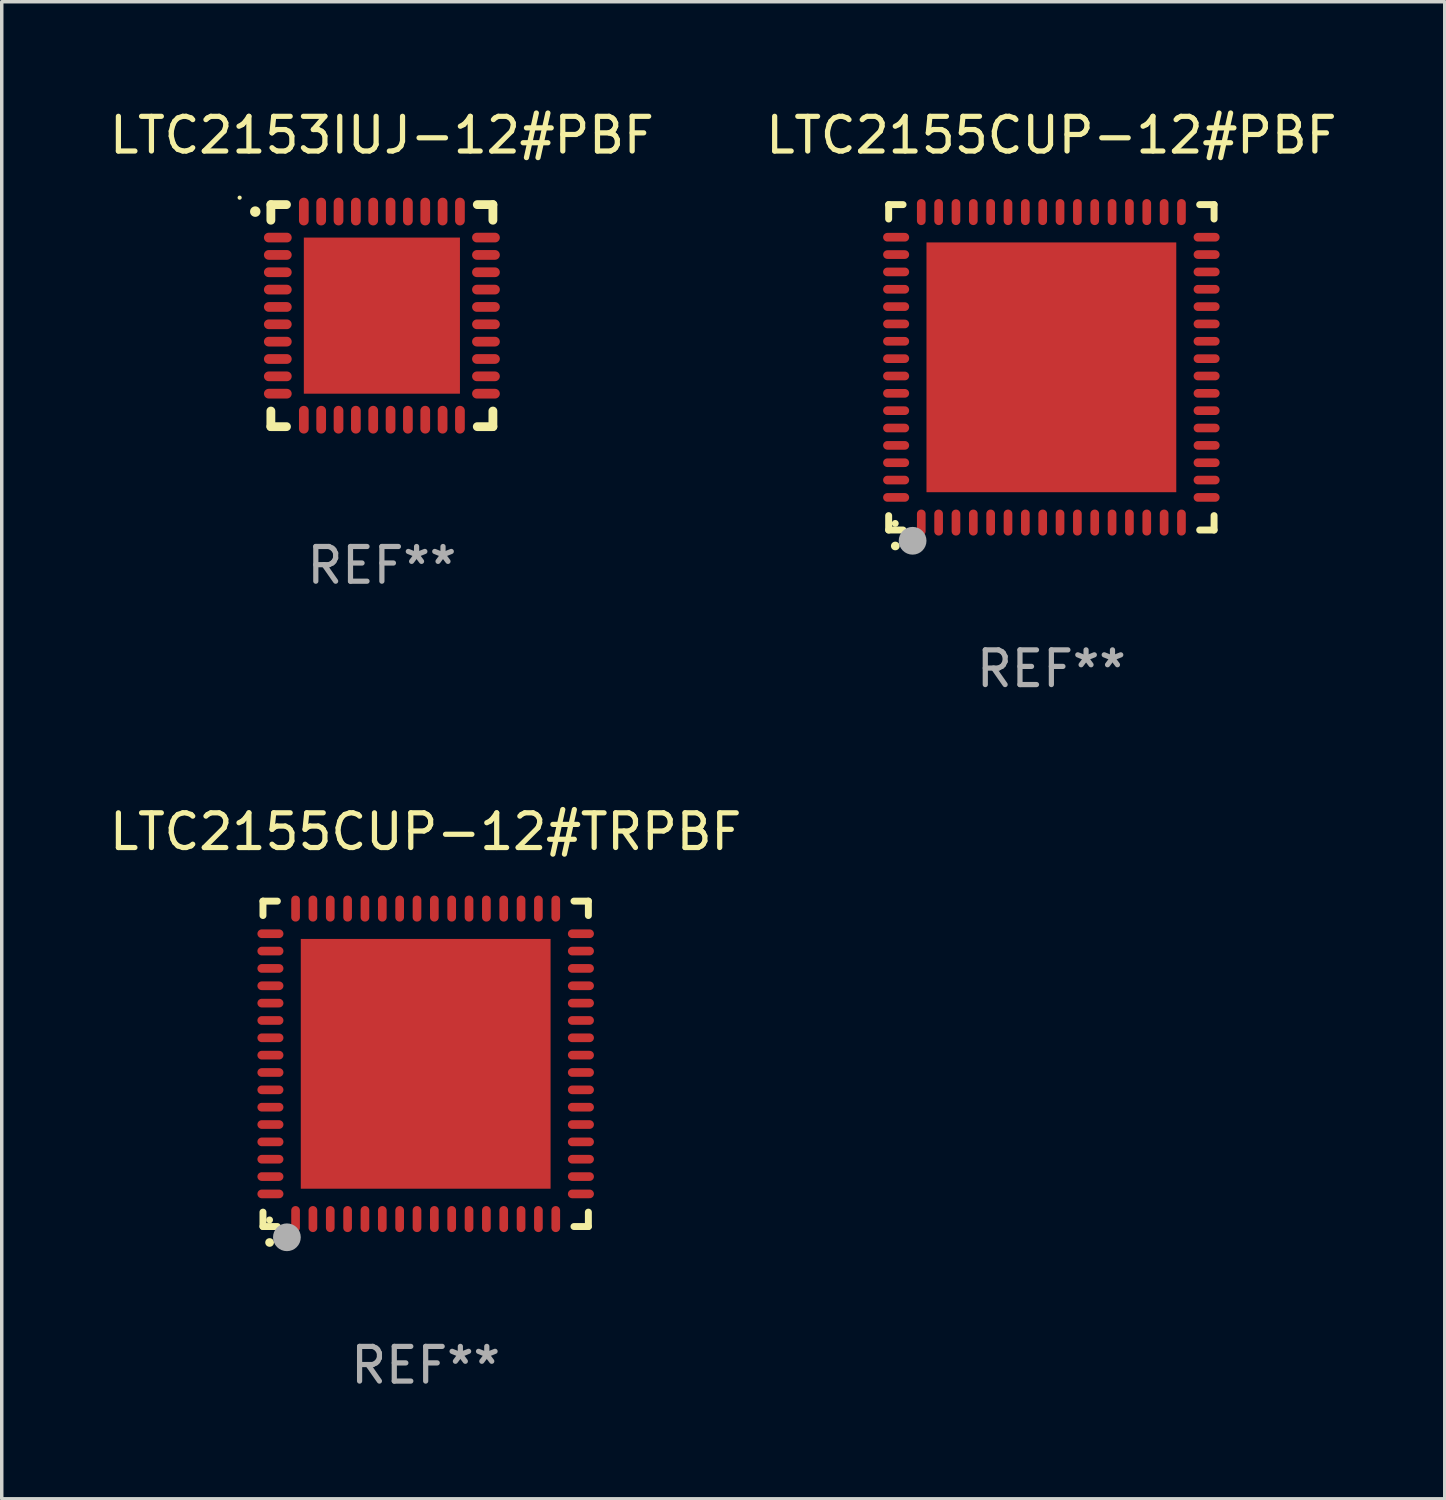
<source format=kicad_pcb>
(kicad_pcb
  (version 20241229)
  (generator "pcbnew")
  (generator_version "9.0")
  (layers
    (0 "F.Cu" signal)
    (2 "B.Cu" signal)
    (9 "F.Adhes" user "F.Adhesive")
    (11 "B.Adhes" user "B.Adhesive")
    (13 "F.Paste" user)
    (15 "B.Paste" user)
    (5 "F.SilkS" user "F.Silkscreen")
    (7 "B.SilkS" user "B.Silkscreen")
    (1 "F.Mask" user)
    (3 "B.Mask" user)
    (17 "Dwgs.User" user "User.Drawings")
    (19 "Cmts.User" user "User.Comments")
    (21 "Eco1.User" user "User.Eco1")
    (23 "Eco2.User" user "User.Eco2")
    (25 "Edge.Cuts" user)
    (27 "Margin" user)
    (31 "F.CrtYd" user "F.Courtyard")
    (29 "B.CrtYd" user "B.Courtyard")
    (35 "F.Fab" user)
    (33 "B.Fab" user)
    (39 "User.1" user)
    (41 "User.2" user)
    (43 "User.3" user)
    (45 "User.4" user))
  (footprint "LTC2155CUP-12#PBF"
    (layer "F.Cu")
    (at 27.256 7.538)
    (property "Reference" "LTC2155CUP-12#PBF" (at 0 -6.69 0) (layer "F.SilkS") (effects (font (size 1 1) (thickness 0.15))))
    (attr through_hole)
    (fp_line (start -4.69 -4.69) (end -4.275 -4.69) (stroke (width 0.2) (type solid)) (layer "F.SilkS"))
    (fp_line (start -4.69 -4.275) (end -4.69 -4.69) (stroke (width 0.2) (type solid)) (layer "F.SilkS"))
    (fp_line (start -4.69 4.69) (end -4.69 4.275) (stroke (width 0.2) (type solid)) (layer "F.SilkS"))
    (fp_line (start -4.275 4.69) (end -4.69 4.69) (stroke (width 0.2) (type solid)) (layer "F.SilkS"))
    (fp_line (start 4.275 4.69) (end 4.69 4.69) (stroke (width 0.2) (type solid)) (layer "F.SilkS"))
    (fp_line (start 4.69 -4.69) (end 4.275 -4.69) (stroke (width 0.2) (type solid)) (layer "F.SilkS"))
    (fp_line (start 4.69 -4.275) (end 4.69 -4.69) (stroke (width 0.2) (type solid)) (layer "F.SilkS"))
    (fp_line (start 4.69 4.69) (end 4.69 4.275) (stroke (width 0.2) (type solid)) (layer "F.SilkS"))
    (fp_arc (start -4.499886 5.15) (mid -4.498616 5.149994) (end -4.497346 5.15) (stroke (width 0.24892) (type solid)) (layer "F.SilkS"))
    (fp_circle (center -4.5 4.5) (end -4.45 4.5) (stroke (width 0.1) (type solid)) (fill no) (layer "F.SilkS"))
    (fp_circle (center -4 5) (end -3.8 5) (stroke (width 0.4) (type solid)) (fill no) (layer "F.Fab"))
    (fp_text user "REF**" (at 0 8.69 0) (layer "F.Fab") (effects (font (size 1 1) (thickness 0.15))))
    (pad "1" smd oval (at -3.75 4.475) (size 0.25 0.75) (layers "F.Cu" "F.Mask" "F.Paste"))
    (pad "2" smd oval (at -3.25 4.475) (size 0.25 0.75) (layers "F.Cu" "F.Mask" "F.Paste"))
    (pad "3" smd oval (at -2.75 4.475) (size 0.25 0.75) (layers "F.Cu" "F.Mask" "F.Paste"))
    (pad "4" smd oval (at -2.25 4.475) (size 0.25 0.75) (layers "F.Cu" "F.Mask" "F.Paste"))
    (pad "5" smd oval (at -1.75 4.475) (size 0.25 0.75) (layers "F.Cu" "F.Mask" "F.Paste"))
    (pad "6" smd oval (at -1.25 4.475) (size 0.25 0.75) (layers "F.Cu" "F.Mask" "F.Paste"))
    (pad "7" smd oval (at -0.75 4.475) (size 0.25 0.75) (layers "F.Cu" "F.Mask" "F.Paste"))
    (pad "8" smd oval (at -0.25 4.475) (size 0.25 0.75) (layers "F.Cu" "F.Mask" "F.Paste"))
    (pad "9" smd oval (at 0.25 4.475) (size 0.25 0.75) (layers "F.Cu" "F.Mask" "F.Paste"))
    (pad "10" smd oval (at 0.75 4.475) (size 0.25 0.75) (layers "F.Cu" "F.Mask" "F.Paste"))
    (pad "11" smd oval (at 1.25 4.475) (size 0.25 0.75) (layers "F.Cu" "F.Mask" "F.Paste"))
    (pad "12" smd oval (at 1.75 4.475) (size 0.25 0.75) (layers "F.Cu" "F.Mask" "F.Paste"))
    (pad "13" smd oval (at 2.25 4.475) (size 0.25 0.75) (layers "F.Cu" "F.Mask" "F.Paste"))
    (pad "14" smd oval (at 2.75 4.475) (size 0.25 0.75) (layers "F.Cu" "F.Mask" "F.Paste"))
    (pad "15" smd oval (at 3.25 4.475) (size 0.25 0.75) (layers "F.Cu" "F.Mask" "F.Paste"))
    (pad "16" smd oval (at 3.75 4.475) (size 0.25 0.75) (layers "F.Cu" "F.Mask" "F.Paste"))
    (pad "17" smd oval (at 4.475 3.75) (size 0.75 0.25) (layers "F.Cu" "F.Mask" "F.Paste"))
    (pad "18" smd oval (at 4.475 3.25) (size 0.75 0.25) (layers "F.Cu" "F.Mask" "F.Paste"))
    (pad "19" smd oval (at 4.475 2.75) (size 0.75 0.25) (layers "F.Cu" "F.Mask" "F.Paste"))
    (pad "20" smd oval (at 4.475 2.25) (size 0.75 0.25) (layers "F.Cu" "F.Mask" "F.Paste"))
    (pad "21" smd oval (at 4.475 1.75) (size 0.75 0.25) (layers "F.Cu" "F.Mask" "F.Paste"))
    (pad "22" smd oval (at 4.475 1.25) (size 0.75 0.25) (layers "F.Cu" "F.Mask" "F.Paste"))
    (pad "23" smd oval (at 4.475 0.75) (size 0.75 0.25) (layers "F.Cu" "F.Mask" "F.Paste"))
    (pad "24" smd oval (at 4.475 0.25) (size 0.75 0.25) (layers "F.Cu" "F.Mask" "F.Paste"))
    (pad "25" smd oval (at 4.475 -0.25) (size 0.75 0.25) (layers "F.Cu" "F.Mask" "F.Paste"))
    (pad "26" smd oval (at 4.475 -0.75) (size 0.75 0.25) (layers "F.Cu" "F.Mask" "F.Paste"))
    (pad "27" smd oval (at 4.475 -1.25) (size 0.75 0.25) (layers "F.Cu" "F.Mask" "F.Paste"))
    (pad "28" smd oval (at 4.475 -1.75) (size 0.75 0.25) (layers "F.Cu" "F.Mask" "F.Paste"))
    (pad "29" smd oval (at 4.475 -2.25) (size 0.75 0.25) (layers "F.Cu" "F.Mask" "F.Paste"))
    (pad "30" smd oval (at 4.475 -2.75) (size 0.75 0.25) (layers "F.Cu" "F.Mask" "F.Paste"))
    (pad "31" smd oval (at 4.475 -3.25) (size 0.75 0.25) (layers "F.Cu" "F.Mask" "F.Paste"))
    (pad "32" smd oval (at 4.475 -3.75) (size 0.75 0.25) (layers "F.Cu" "F.Mask" "F.Paste"))
    (pad "33" smd oval (at 3.75 -4.475) (size 0.25 0.75) (layers "F.Cu" "F.Mask" "F.Paste"))
    (pad "34" smd oval (at 3.25 -4.475) (size 0.25 0.75) (layers "F.Cu" "F.Mask" "F.Paste"))
    (pad "35" smd oval (at 2.75 -4.475) (size 0.25 0.75) (layers "F.Cu" "F.Mask" "F.Paste"))
    (pad "36" smd oval (at 2.25 -4.475) (size 0.25 0.75) (layers "F.Cu" "F.Mask" "F.Paste"))
    (pad "37" smd oval (at 1.75 -4.475) (size 0.25 0.75) (layers "F.Cu" "F.Mask" "F.Paste"))
    (pad "38" smd oval (at 1.25 -4.475) (size 0.25 0.75) (layers "F.Cu" "F.Mask" "F.Paste"))
    (pad "39" smd oval (at 0.75 -4.475) (size 0.25 0.75) (layers "F.Cu" "F.Mask" "F.Paste"))
    (pad "40" smd oval (at 0.25 -4.475) (size 0.25 0.75) (layers "F.Cu" "F.Mask" "F.Paste"))
    (pad "41" smd oval (at -0.25 -4.475) (size 0.25 0.75) (layers "F.Cu" "F.Mask" "F.Paste"))
    (pad "42" smd oval (at -0.75 -4.475) (size 0.25 0.75) (layers "F.Cu" "F.Mask" "F.Paste"))
    (pad "43" smd oval (at -1.25 -4.475) (size 0.25 0.75) (layers "F.Cu" "F.Mask" "F.Paste"))
    (pad "44" smd oval (at -1.75 -4.475) (size 0.25 0.75) (layers "F.Cu" "F.Mask" "F.Paste"))
    (pad "45" smd oval (at -2.25 -4.475) (size 0.25 0.75) (layers "F.Cu" "F.Mask" "F.Paste"))
    (pad "46" smd oval (at -2.75 -4.475) (size 0.25 0.75) (layers "F.Cu" "F.Mask" "F.Paste"))
    (pad "47" smd oval (at -3.25 -4.475) (size 0.25 0.75) (layers "F.Cu" "F.Mask" "F.Paste"))
    (pad "48" smd oval (at -3.75 -4.475) (size 0.25 0.75) (layers "F.Cu" "F.Mask" "F.Paste"))
    (pad "49" smd oval (at -4.475 -3.75) (size 0.75 0.25) (layers "F.Cu" "F.Mask" "F.Paste"))
    (pad "50" smd oval (at -4.475 -3.25) (size 0.75 0.25) (layers "F.Cu" "F.Mask" "F.Paste"))
    (pad "51" smd oval (at -4.475 -2.75) (size 0.75 0.25) (layers "F.Cu" "F.Mask" "F.Paste"))
    (pad "52" smd oval (at -4.475 -2.25) (size 0.75 0.25) (layers "F.Cu" "F.Mask" "F.Paste"))
    (pad "53" smd oval (at -4.475 -1.75) (size 0.75 0.25) (layers "F.Cu" "F.Mask" "F.Paste"))
    (pad "54" smd oval (at -4.475 -1.25) (size 0.75 0.25) (layers "F.Cu" "F.Mask" "F.Paste"))
    (pad "55" smd oval (at -4.475 -0.75) (size 0.75 0.25) (layers "F.Cu" "F.Mask" "F.Paste"))
    (pad "56" smd oval (at -4.475 -0.25) (size 0.75 0.25) (layers "F.Cu" "F.Mask" "F.Paste"))
    (pad "57" smd oval (at -4.475 0.25) (size 0.75 0.25) (layers "F.Cu" "F.Mask" "F.Paste"))
    (pad "58" smd oval (at -4.475 0.75) (size 0.75 0.25) (layers "F.Cu" "F.Mask" "F.Paste"))
    (pad "59" smd oval (at -4.475 1.25) (size 0.75 0.25) (layers "F.Cu" "F.Mask" "F.Paste"))
    (pad "60" smd oval (at -4.475 1.75) (size 0.75 0.25) (layers "F.Cu" "F.Mask" "F.Paste"))
    (pad "61" smd oval (at -4.475 2.25) (size 0.75 0.25) (layers "F.Cu" "F.Mask" "F.Paste"))
    (pad "62" smd oval (at -4.475 2.75) (size 0.75 0.25) (layers "F.Cu" "F.Mask" "F.Paste"))
    (pad "63" smd oval (at -4.475 3.25) (size 0.75 0.25) (layers "F.Cu" "F.Mask" "F.Paste"))
    (pad "64" smd oval (at -4.475 3.75) (size 0.75 0.25) (layers "F.Cu" "F.Mask" "F.Paste"))
    (pad "65" smd rect (at 0.000368 0.000013) (size 7.2 7.2) (layers "F.Cu" "F.Mask" "F.Paste")))
  (footprint "LTC2153IUJ-12#PBF"
    (layer "F.Cu")
    (at 7.958 6.048)
    (property "Reference" "LTC2153IUJ-12#PBF" (at 0 -5.2 0) (layer "F.SilkS") (effects (font (size 1 1) (thickness 0.15))))
    (attr through_hole)
    (fp_line (start -3.2 -3.2) (end -2.75 -3.2) (stroke (width 0.254) (type solid)) (layer "F.SilkS"))
    (fp_line (start -3.2 -2.75) (end -3.2 -3.2) (stroke (width 0.254) (type solid)) (layer "F.SilkS"))
    (fp_line (start -3.2 3.2) (end -3.2 2.75) (stroke (width 0.254) (type solid)) (layer "F.SilkS"))
    (fp_line (start -2.75 3.2) (end -3.2 3.2) (stroke (width 0.254) (type solid)) (layer "F.SilkS"))
    (fp_line (start 2.75 3.2) (end 3.2 3.2) (stroke (width 0.254) (type solid)) (layer "F.SilkS"))
    (fp_line (start 3.2 -3.2) (end 2.75 -3.2) (stroke (width 0.254) (type solid)) (layer "F.SilkS"))
    (fp_line (start 3.2 -2.75) (end 3.2 -3.2) (stroke (width 0.254) (type solid)) (layer "F.SilkS"))
    (fp_line (start 3.2 3.2) (end 3.2 2.75) (stroke (width 0.254) (type solid)) (layer "F.SilkS"))
    (fp_arc (start -3.649987 -2.997206) (mid -3.649992 -2.998476) (end -3.649987 -2.999746) (stroke (width 0.3) (type solid)) (layer "F.SilkS"))
    (fp_circle (center -4.1 -3.4) (end -4.07 -3.4) (stroke (width 0.06) (type solid)) (fill no) (layer "F.SilkS"))
    (fp_text user "REF**" (at 0 7.2 0) (layer "F.Fab") (effects (font (size 1 1) (thickness 0.15))))
    (pad "1" smd oval (at -3 -2.25 90) (size 0.28 0.8) (layers "F.Cu" "F.Mask" "F.Paste"))
    (pad "2" smd oval (at -3 -1.75 90) (size 0.28 0.8) (layers "F.Cu" "F.Mask" "F.Paste"))
    (pad "3" smd oval (at -3 -1.25 90) (size 0.28 0.8) (layers "F.Cu" "F.Mask" "F.Paste"))
    (pad "4" smd oval (at -3 -0.75 90) (size 0.28 0.8) (layers "F.Cu" "F.Mask" "F.Paste"))
    (pad "5" smd oval (at -3 -0.25 90) (size 0.28 0.8) (layers "F.Cu" "F.Mask" "F.Paste"))
    (pad "6" smd oval (at -3 0.25 90) (size 0.28 0.8) (layers "F.Cu" "F.Mask" "F.Paste"))
    (pad "7" smd oval (at -3 0.75 90) (size 0.28 0.8) (layers "F.Cu" "F.Mask" "F.Paste"))
    (pad "8" smd oval (at -3 1.25 90) (size 0.28 0.8) (layers "F.Cu" "F.Mask" "F.Paste"))
    (pad "9" smd oval (at -3 1.75 90) (size 0.28 0.8) (layers "F.Cu" "F.Mask" "F.Paste"))
    (pad "10" smd oval (at -3 2.25 90) (size 0.28 0.8) (layers "F.Cu" "F.Mask" "F.Paste"))
    (pad "11" smd oval (at -2.25 3) (size 0.28 0.8) (layers "F.Cu" "F.Mask" "F.Paste"))
    (pad "12" smd oval (at -1.75 3) (size 0.28 0.8) (layers "F.Cu" "F.Mask" "F.Paste"))
    (pad "13" smd oval (at -1.25 3) (size 0.28 0.8) (layers "F.Cu" "F.Mask" "F.Paste"))
    (pad "14" smd oval (at -0.75 3) (size 0.28 0.8) (layers "F.Cu" "F.Mask" "F.Paste"))
    (pad "15" smd oval (at -0.25 3) (size 0.28 0.8) (layers "F.Cu" "F.Mask" "F.Paste"))
    (pad "16" smd oval (at 0.25 3) (size 0.28 0.8) (layers "F.Cu" "F.Mask" "F.Paste"))
    (pad "17" smd oval (at 0.75 3) (size 0.28 0.8) (layers "F.Cu" "F.Mask" "F.Paste"))
    (pad "18" smd oval (at 1.25 3) (size 0.28 0.8) (layers "F.Cu" "F.Mask" "F.Paste"))
    (pad "19" smd oval (at 1.75 3) (size 0.28 0.8) (layers "F.Cu" "F.Mask" "F.Paste"))
    (pad "20" smd oval (at 2.25 3) (size 0.28 0.8) (layers "F.Cu" "F.Mask" "F.Paste"))
    (pad "21" smd oval (at 3 2.25 90) (size 0.28 0.8) (layers "F.Cu" "F.Mask" "F.Paste"))
    (pad "22" smd oval (at 3 1.75 90) (size 0.28 0.8) (layers "F.Cu" "F.Mask" "F.Paste"))
    (pad "23" smd oval (at 3 1.25 90) (size 0.28 0.8) (layers "F.Cu" "F.Mask" "F.Paste"))
    (pad "24" smd oval (at 3 0.75 90) (size 0.28 0.8) (layers "F.Cu" "F.Mask" "F.Paste"))
    (pad "25" smd oval (at 3 0.25 90) (size 0.28 0.8) (layers "F.Cu" "F.Mask" "F.Paste"))
    (pad "26" smd oval (at 3 -0.25 90) (size 0.28 0.8) (layers "F.Cu" "F.Mask" "F.Paste"))
    (pad "27" smd oval (at 3 -0.75 90) (size 0.28 0.8) (layers "F.Cu" "F.Mask" "F.Paste"))
    (pad "28" smd oval (at 3 -1.25 90) (size 0.28 0.8) (layers "F.Cu" "F.Mask" "F.Paste"))
    (pad "29" smd oval (at 3 -1.75 90) (size 0.28 0.8) (layers "F.Cu" "F.Mask" "F.Paste"))
    (pad "30" smd oval (at 3 -2.25 90) (size 0.28 0.8) (layers "F.Cu" "F.Mask" "F.Paste"))
    (pad "31" smd oval (at 2.25 -3) (size 0.28 0.8) (layers "F.Cu" "F.Mask" "F.Paste"))
    (pad "32" smd oval (at 1.75 -3) (size 0.28 0.8) (layers "F.Cu" "F.Mask" "F.Paste"))
    (pad "33" smd oval (at 1.25 -3) (size 0.28 0.8) (layers "F.Cu" "F.Mask" "F.Paste"))
    (pad "34" smd oval (at 0.75 -3) (size 0.28 0.8) (layers "F.Cu" "F.Mask" "F.Paste"))
    (pad "35" smd oval (at 0.25 -3) (size 0.28 0.8) (layers "F.Cu" "F.Mask" "F.Paste"))
    (pad "36" smd oval (at -0.25 -3) (size 0.28 0.8) (layers "F.Cu" "F.Mask" "F.Paste"))
    (pad "37" smd oval (at -0.75 -3) (size 0.28 0.8) (layers "F.Cu" "F.Mask" "F.Paste"))
    (pad "38" smd oval (at -1.25 -3) (size 0.28 0.8) (layers "F.Cu" "F.Mask" "F.Paste"))
    (pad "39" smd oval (at -1.75 -3) (size 0.28 0.8) (layers "F.Cu" "F.Mask" "F.Paste"))
    (pad "40" smd oval (at -2.25 -3) (size 0.28 0.8) (layers "F.Cu" "F.Mask" "F.Paste"))
    (pad "41" smd rect (at 0 0) (size 4.5 4.5) (layers "F.Cu" "F.Mask" "F.Paste")))
  (footprint "LTC2155CUP-12#TRPBF"
    (layer "F.Cu")
    (at 9.22 27.615)
    (property "Reference" "LTC2155CUP-12#TRPBF" (at 0 -6.69 0) (layer "F.SilkS") (effects (font (size 1 1) (thickness 0.15))))
    (attr through_hole)
    (fp_line (start -4.69 -4.69) (end -4.275 -4.69) (stroke (width 0.2) (type solid)) (layer "F.SilkS"))
    (fp_line (start -4.69 -4.275) (end -4.69 -4.69) (stroke (width 0.2) (type solid)) (layer "F.SilkS"))
    (fp_line (start -4.69 4.69) (end -4.69 4.275) (stroke (width 0.2) (type solid)) (layer "F.SilkS"))
    (fp_line (start -4.275 4.69) (end -4.69 4.69) (stroke (width 0.2) (type solid)) (layer "F.SilkS"))
    (fp_line (start 4.275 4.69) (end 4.69 4.69) (stroke (width 0.2) (type solid)) (layer "F.SilkS"))
    (fp_line (start 4.69 -4.69) (end 4.275 -4.69) (stroke (width 0.2) (type solid)) (layer "F.SilkS"))
    (fp_line (start 4.69 -4.275) (end 4.69 -4.69) (stroke (width 0.2) (type solid)) (layer "F.SilkS"))
    (fp_line (start 4.69 4.69) (end 4.69 4.275) (stroke (width 0.2) (type solid)) (layer "F.SilkS"))
    (fp_arc (start -4.499886 5.15) (mid -4.498616 5.149994) (end -4.497346 5.15) (stroke (width 0.24892) (type solid)) (layer "F.SilkS"))
    (fp_circle (center -4.5 4.5) (end -4.45 4.5) (stroke (width 0.1) (type solid)) (fill no) (layer "F.SilkS"))
    (fp_circle (center -4 5) (end -3.8 5) (stroke (width 0.4) (type solid)) (fill no) (layer "F.Fab"))
    (fp_text user "REF**" (at 0 8.69 0) (layer "F.Fab") (effects (font (size 1 1) (thickness 0.15))))
    (pad "1" smd oval (at -3.75 4.475) (size 0.25 0.75) (layers "F.Cu" "F.Mask" "F.Paste"))
    (pad "2" smd oval (at -3.25 4.475) (size 0.25 0.75) (layers "F.Cu" "F.Mask" "F.Paste"))
    (pad "3" smd oval (at -2.75 4.475) (size 0.25 0.75) (layers "F.Cu" "F.Mask" "F.Paste"))
    (pad "4" smd oval (at -2.25 4.475) (size 0.25 0.75) (layers "F.Cu" "F.Mask" "F.Paste"))
    (pad "5" smd oval (at -1.75 4.475) (size 0.25 0.75) (layers "F.Cu" "F.Mask" "F.Paste"))
    (pad "6" smd oval (at -1.25 4.475) (size 0.25 0.75) (layers "F.Cu" "F.Mask" "F.Paste"))
    (pad "7" smd oval (at -0.75 4.475) (size 0.25 0.75) (layers "F.Cu" "F.Mask" "F.Paste"))
    (pad "8" smd oval (at -0.25 4.475) (size 0.25 0.75) (layers "F.Cu" "F.Mask" "F.Paste"))
    (pad "9" smd oval (at 0.25 4.475) (size 0.25 0.75) (layers "F.Cu" "F.Mask" "F.Paste"))
    (pad "10" smd oval (at 0.75 4.475) (size 0.25 0.75) (layers "F.Cu" "F.Mask" "F.Paste"))
    (pad "11" smd oval (at 1.25 4.475) (size 0.25 0.75) (layers "F.Cu" "F.Mask" "F.Paste"))
    (pad "12" smd oval (at 1.75 4.475) (size 0.25 0.75) (layers "F.Cu" "F.Mask" "F.Paste"))
    (pad "13" smd oval (at 2.25 4.475) (size 0.25 0.75) (layers "F.Cu" "F.Mask" "F.Paste"))
    (pad "14" smd oval (at 2.75 4.475) (size 0.25 0.75) (layers "F.Cu" "F.Mask" "F.Paste"))
    (pad "15" smd oval (at 3.25 4.475) (size 0.25 0.75) (layers "F.Cu" "F.Mask" "F.Paste"))
    (pad "16" smd oval (at 3.75 4.475) (size 0.25 0.75) (layers "F.Cu" "F.Mask" "F.Paste"))
    (pad "17" smd oval (at 4.475 3.75) (size 0.75 0.25) (layers "F.Cu" "F.Mask" "F.Paste"))
    (pad "18" smd oval (at 4.475 3.25) (size 0.75 0.25) (layers "F.Cu" "F.Mask" "F.Paste"))
    (pad "19" smd oval (at 4.475 2.75) (size 0.75 0.25) (layers "F.Cu" "F.Mask" "F.Paste"))
    (pad "20" smd oval (at 4.475 2.25) (size 0.75 0.25) (layers "F.Cu" "F.Mask" "F.Paste"))
    (pad "21" smd oval (at 4.475 1.75) (size 0.75 0.25) (layers "F.Cu" "F.Mask" "F.Paste"))
    (pad "22" smd oval (at 4.475 1.25) (size 0.75 0.25) (layers "F.Cu" "F.Mask" "F.Paste"))
    (pad "23" smd oval (at 4.475 0.75) (size 0.75 0.25) (layers "F.Cu" "F.Mask" "F.Paste"))
    (pad "24" smd oval (at 4.475 0.25) (size 0.75 0.25) (layers "F.Cu" "F.Mask" "F.Paste"))
    (pad "25" smd oval (at 4.475 -0.25) (size 0.75 0.25) (layers "F.Cu" "F.Mask" "F.Paste"))
    (pad "26" smd oval (at 4.475 -0.75) (size 0.75 0.25) (layers "F.Cu" "F.Mask" "F.Paste"))
    (pad "27" smd oval (at 4.475 -1.25) (size 0.75 0.25) (layers "F.Cu" "F.Mask" "F.Paste"))
    (pad "28" smd oval (at 4.475 -1.75) (size 0.75 0.25) (layers "F.Cu" "F.Mask" "F.Paste"))
    (pad "29" smd oval (at 4.475 -2.25) (size 0.75 0.25) (layers "F.Cu" "F.Mask" "F.Paste"))
    (pad "30" smd oval (at 4.475 -2.75) (size 0.75 0.25) (layers "F.Cu" "F.Mask" "F.Paste"))
    (pad "31" smd oval (at 4.475 -3.25) (size 0.75 0.25) (layers "F.Cu" "F.Mask" "F.Paste"))
    (pad "32" smd oval (at 4.475 -3.75) (size 0.75 0.25) (layers "F.Cu" "F.Mask" "F.Paste"))
    (pad "33" smd oval (at 3.75 -4.475) (size 0.25 0.75) (layers "F.Cu" "F.Mask" "F.Paste"))
    (pad "34" smd oval (at 3.25 -4.475) (size 0.25 0.75) (layers "F.Cu" "F.Mask" "F.Paste"))
    (pad "35" smd oval (at 2.75 -4.475) (size 0.25 0.75) (layers "F.Cu" "F.Mask" "F.Paste"))
    (pad "36" smd oval (at 2.25 -4.475) (size 0.25 0.75) (layers "F.Cu" "F.Mask" "F.Paste"))
    (pad "37" smd oval (at 1.75 -4.475) (size 0.25 0.75) (layers "F.Cu" "F.Mask" "F.Paste"))
    (pad "38" smd oval (at 1.25 -4.475) (size 0.25 0.75) (layers "F.Cu" "F.Mask" "F.Paste"))
    (pad "39" smd oval (at 0.75 -4.475) (size 0.25 0.75) (layers "F.Cu" "F.Mask" "F.Paste"))
    (pad "40" smd oval (at 0.25 -4.475) (size 0.25 0.75) (layers "F.Cu" "F.Mask" "F.Paste"))
    (pad "41" smd oval (at -0.25 -4.475) (size 0.25 0.75) (layers "F.Cu" "F.Mask" "F.Paste"))
    (pad "42" smd oval (at -0.75 -4.475) (size 0.25 0.75) (layers "F.Cu" "F.Mask" "F.Paste"))
    (pad "43" smd oval (at -1.25 -4.475) (size 0.25 0.75) (layers "F.Cu" "F.Mask" "F.Paste"))
    (pad "44" smd oval (at -1.75 -4.475) (size 0.25 0.75) (layers "F.Cu" "F.Mask" "F.Paste"))
    (pad "45" smd oval (at -2.25 -4.475) (size 0.25 0.75) (layers "F.Cu" "F.Mask" "F.Paste"))
    (pad "46" smd oval (at -2.75 -4.475) (size 0.25 0.75) (layers "F.Cu" "F.Mask" "F.Paste"))
    (pad "47" smd oval (at -3.25 -4.475) (size 0.25 0.75) (layers "F.Cu" "F.Mask" "F.Paste"))
    (pad "48" smd oval (at -3.75 -4.475) (size 0.25 0.75) (layers "F.Cu" "F.Mask" "F.Paste"))
    (pad "49" smd oval (at -4.475 -3.75) (size 0.75 0.25) (layers "F.Cu" "F.Mask" "F.Paste"))
    (pad "50" smd oval (at -4.475 -3.25) (size 0.75 0.25) (layers "F.Cu" "F.Mask" "F.Paste"))
    (pad "51" smd oval (at -4.475 -2.75) (size 0.75 0.25) (layers "F.Cu" "F.Mask" "F.Paste"))
    (pad "52" smd oval (at -4.475 -2.25) (size 0.75 0.25) (layers "F.Cu" "F.Mask" "F.Paste"))
    (pad "53" smd oval (at -4.475 -1.75) (size 0.75 0.25) (layers "F.Cu" "F.Mask" "F.Paste"))
    (pad "54" smd oval (at -4.475 -1.25) (size 0.75 0.25) (layers "F.Cu" "F.Mask" "F.Paste"))
    (pad "55" smd oval (at -4.475 -0.75) (size 0.75 0.25) (layers "F.Cu" "F.Mask" "F.Paste"))
    (pad "56" smd oval (at -4.475 -0.25) (size 0.75 0.25) (layers "F.Cu" "F.Mask" "F.Paste"))
    (pad "57" smd oval (at -4.475 0.25) (size 0.75 0.25) (layers "F.Cu" "F.Mask" "F.Paste"))
    (pad "58" smd oval (at -4.475 0.75) (size 0.75 0.25) (layers "F.Cu" "F.Mask" "F.Paste"))
    (pad "59" smd oval (at -4.475 1.25) (size 0.75 0.25) (layers "F.Cu" "F.Mask" "F.Paste"))
    (pad "60" smd oval (at -4.475 1.75) (size 0.75 0.25) (layers "F.Cu" "F.Mask" "F.Paste"))
    (pad "61" smd oval (at -4.475 2.25) (size 0.75 0.25) (layers "F.Cu" "F.Mask" "F.Paste"))
    (pad "62" smd oval (at -4.475 2.75) (size 0.75 0.25) (layers "F.Cu" "F.Mask" "F.Paste"))
    (pad "63" smd oval (at -4.475 3.25) (size 0.75 0.25) (layers "F.Cu" "F.Mask" "F.Paste"))
    (pad "64" smd oval (at -4.475 3.75) (size 0.75 0.25) (layers "F.Cu" "F.Mask" "F.Paste"))
    (pad "65" smd rect (at 0.000368 0.000013) (size 7.2 7.2) (layers "F.Cu" "F.Mask" "F.Paste")))
  (gr_rect
    (start -3 -3)
    (end 38.595 40.153)
    (stroke (width 0.1) (type default))
    (fill no)
    (layer "Edge.Cuts")))
</source>
